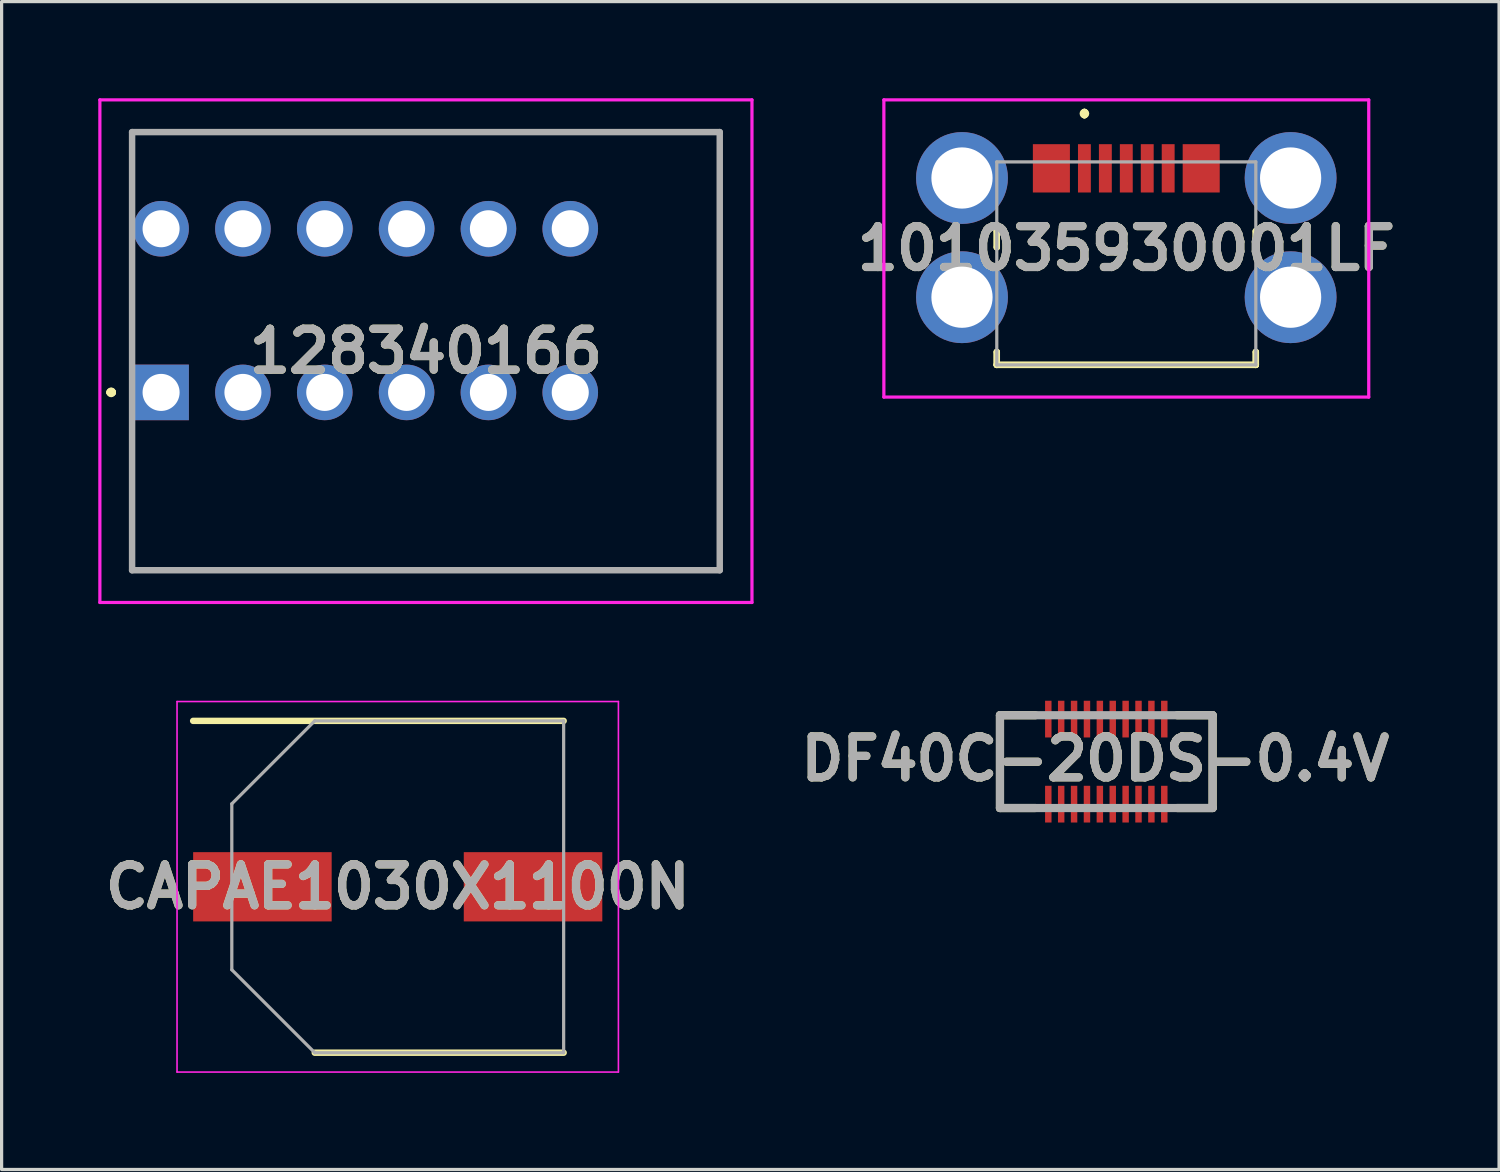
<source format=kicad_pcb>
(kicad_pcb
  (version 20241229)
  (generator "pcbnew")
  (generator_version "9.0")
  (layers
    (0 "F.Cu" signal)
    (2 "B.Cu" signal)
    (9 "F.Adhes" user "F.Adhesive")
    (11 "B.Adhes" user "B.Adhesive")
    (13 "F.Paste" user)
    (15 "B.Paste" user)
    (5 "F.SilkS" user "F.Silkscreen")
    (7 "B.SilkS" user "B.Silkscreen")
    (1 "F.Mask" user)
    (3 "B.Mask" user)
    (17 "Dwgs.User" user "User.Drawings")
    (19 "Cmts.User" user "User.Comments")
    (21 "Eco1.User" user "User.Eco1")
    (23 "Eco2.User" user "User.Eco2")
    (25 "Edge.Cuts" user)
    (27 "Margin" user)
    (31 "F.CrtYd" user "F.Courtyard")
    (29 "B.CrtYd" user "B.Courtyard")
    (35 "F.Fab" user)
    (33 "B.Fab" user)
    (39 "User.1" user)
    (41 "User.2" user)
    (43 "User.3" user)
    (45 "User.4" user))
  (footprint "CAPAE1030X1100N"
    (layer "F.Cu")
    (at 9.295 24.475)
    (property "Reference" "CAPAE1030X1100N" (at 0 0 0) (layer "F.SilkS") (effects (font (size 1.27 1.27) (thickness 0.254))))
    (attr smd)
    (fp_line (start -6.35 -5.15) (end 5.15 -5.15) (stroke (width 0.2) (type solid)) (layer "F.SilkS"))
    (fp_line (start -2.575 5.15) (end 5.15 5.15) (stroke (width 0.2) (type solid)) (layer "F.SilkS"))
    (fp_line (start -6.85 -5.75) (end 6.85 -5.75) (stroke (width 0.05) (type solid)) (layer "F.CrtYd"))
    (fp_line (start -6.85 5.75) (end -6.85 -5.75) (stroke (width 0.05) (type solid)) (layer "F.CrtYd"))
    (fp_line (start 6.85 -5.75) (end 6.85 5.75) (stroke (width 0.05) (type solid)) (layer "F.CrtYd"))
    (fp_line (start 6.85 5.75) (end -6.85 5.75) (stroke (width 0.05) (type solid)) (layer "F.CrtYd"))
    (fp_line (start -5.15 -2.575) (end -5.15 2.575) (stroke (width 0.1) (type solid)) (layer "F.Fab"))
    (fp_line (start -5.15 2.575) (end -2.575 5.15) (stroke (width 0.1) (type solid)) (layer "F.Fab"))
    (fp_line (start -2.575 -5.15) (end -5.15 -2.575) (stroke (width 0.1) (type solid)) (layer "F.Fab"))
    (fp_line (start -2.575 5.15) (end 5.15 5.15) (stroke (width 0.1) (type solid)) (layer "F.Fab"))
    (fp_line (start 5.15 -5.15) (end -2.575 -5.15) (stroke (width 0.1) (type solid)) (layer "F.Fab"))
    (fp_line (start 5.15 5.15) (end 5.15 -5.15) (stroke (width 0.1) (type solid)) (layer "F.Fab"))
    (fp_text user "${REFERENCE}" (at 0 0 0) (layer "F.Fab") (effects (font (size 1.27 1.27) (thickness 0.254))))
    (pad "1" smd rect (at -4.2 0 90) (size 2.15 4.3) (layers "F.Cu" "F.Mask" "F.Paste"))
    (pad "2" smd rect (at 4.2 0 90) (size 2.15 4.3) (layers "F.Cu" "F.Mask" "F.Paste")))
  (footprint "DF40C-20DS-0.4V"
    (layer "F.Cu")
    (at 31.288 20.59)
    (property "Reference" "DF40C-20DS-0.4V" (at -0.342 -0.087 0) (layer "F.SilkS") (effects (font (size 1.27 1.27) (thickness 0.254))))
    (attr smd)
    (fp_line (start -3.3 -1.44) (end -2.2 -1.44) (stroke (width 0.254) (type solid)) (layer "F.SilkS"))
    (fp_line (start -3.3 1.44) (end -3.3 -1.44) (stroke (width 0.254) (type solid)) (layer "F.SilkS"))
    (fp_line (start -3.3 1.44) (end -2.2 1.44) (stroke (width 0.254) (type solid)) (layer "F.SilkS"))
    (fp_line (start 3.3 -1.44) (end 2.2 -1.44) (stroke (width 0.254) (type solid)) (layer "F.SilkS"))
    (fp_line (start 3.3 -1.44) (end 3.3 1.44) (stroke (width 0.254) (type solid)) (layer "F.SilkS"))
    (fp_line (start 3.3 1.44) (end 2.2 1.44) (stroke (width 0.254) (type solid)) (layer "F.SilkS"))
    (fp_line (start -3.3 -1.44) (end 3.3 -1.44) (stroke (width 0.254) (type solid)) (layer "F.Fab"))
    (fp_line (start -3.3 1.44) (end -3.3 -1.44) (stroke (width 0.254) (type solid)) (layer "F.Fab"))
    (fp_line (start 3.3 -1.44) (end 3.3 1.44) (stroke (width 0.254) (type solid)) (layer "F.Fab"))
    (fp_line (start 3.3 1.44) (end -3.3 1.44) (stroke (width 0.254) (type solid)) (layer "F.Fab"))
    (fp_text user "${REFERENCE}" (at -0.342 -0.087 0) (layer "F.Fab") (effects (font (size 1.27 1.27) (thickness 0.254))))
    (pad "1" smd rect (at -1.8 1.32) (size 0.2 1.14) (layers "F.Cu" "F.Mask" "F.Paste"))
    (pad "2" smd rect (at -1.8 -1.32) (size 0.2 1.14) (layers "F.Cu" "F.Mask" "F.Paste"))
    (pad "3" smd rect (at -1.4 1.32) (size 0.2 1.14) (layers "F.Cu" "F.Mask" "F.Paste"))
    (pad "4" smd rect (at -1.4 -1.32) (size 0.2 1.14) (layers "F.Cu" "F.Mask" "F.Paste"))
    (pad "5" smd rect (at -1 1.32) (size 0.2 1.14) (layers "F.Cu" "F.Mask" "F.Paste"))
    (pad "6" smd rect (at -1 -1.32) (size 0.2 1.14) (layers "F.Cu" "F.Mask" "F.Paste"))
    (pad "7" smd rect (at -0.6 1.32) (size 0.2 1.14) (layers "F.Cu" "F.Mask" "F.Paste"))
    (pad "8" smd rect (at -0.6 -1.32) (size 0.2 1.14) (layers "F.Cu" "F.Mask" "F.Paste"))
    (pad "9" smd rect (at -0.2 1.32) (size 0.2 1.14) (layers "F.Cu" "F.Mask" "F.Paste"))
    (pad "10" smd rect (at -0.2 -1.32) (size 0.2 1.14) (layers "F.Cu" "F.Mask" "F.Paste"))
    (pad "11" smd rect (at 0.2 1.32) (size 0.2 1.14) (layers "F.Cu" "F.Mask" "F.Paste"))
    (pad "12" smd rect (at 0.2 -1.32) (size 0.2 1.14) (layers "F.Cu" "F.Mask" "F.Paste"))
    (pad "13" smd rect (at 0.6 1.32) (size 0.2 1.14) (layers "F.Cu" "F.Mask" "F.Paste"))
    (pad "14" smd rect (at 0.6 -1.32) (size 0.2 1.14) (layers "F.Cu" "F.Mask" "F.Paste"))
    (pad "15" smd rect (at 1 1.32) (size 0.2 1.14) (layers "F.Cu" "F.Mask" "F.Paste"))
    (pad "16" smd rect (at 1 -1.32) (size 0.2 1.14) (layers "F.Cu" "F.Mask" "F.Paste"))
    (pad "17" smd rect (at 1.4 1.32) (size 0.2 1.14) (layers "F.Cu" "F.Mask" "F.Paste"))
    (pad "18" smd rect (at 1.4 -1.32) (size 0.2 1.14) (layers "F.Cu" "F.Mask" "F.Paste"))
    (pad "19" smd rect (at 1.8 1.32) (size 0.2 1.14) (layers "F.Cu" "F.Mask" "F.Paste"))
    (pad "20" smd rect (at 1.8 -1.32) (size 0.2 1.14) (layers "F.Cu" "F.Mask" "F.Paste")))
  (footprint "128340166"
    (layer "F.Cu")
    (at 1.95 9.13)
    (property "Reference" "128340166" (at 8.22 -1.28 0) (layer "F.SilkS") (effects (font (size 1.27 1.27) (thickness 0.254))))
    (attr through_hole)
    (fp_line (start -1.6 0) (end -1.6 0) (stroke (width 0.2) (type solid)) (layer "F.SilkS"))
    (fp_line (start -1.5 0) (end -1.5 0) (stroke (width 0.2) (type solid)) (layer "F.SilkS"))
    (fp_line (start -1.5 0) (end -1.5 0) (stroke (width 0.2) (type solid)) (layer "F.SilkS"))
    (fp_line (start -0.9 -8.08) (end -0.9 -8.08) (stroke (width 0.1) (type solid)) (layer "F.SilkS"))
    (fp_line (start -0.9 -8.08) (end -0.9 -8.08) (stroke (width 0.1) (type solid)) (layer "F.SilkS"))
    (fp_line (start -0.9 -8.08) (end -0.9 -6.25) (stroke (width 0.1) (type solid)) (layer "F.SilkS"))
    (fp_line (start -0.9 -8.08) (end 17.34 -8.08) (stroke (width 0.1) (type solid)) (layer "F.SilkS"))
    (fp_line (start -0.9 -6.25) (end -0.9 -8.08) (stroke (width 0.1) (type solid)) (layer "F.SilkS"))
    (fp_line (start -0.9 -6.25) (end -0.9 -6.25) (stroke (width 0.1) (type solid)) (layer "F.SilkS"))
    (fp_line (start -0.9 -4) (end -0.9 -4) (stroke (width 0.1) (type solid)) (layer "F.SilkS"))
    (fp_line (start -0.9 -4) (end -0.9 -1.25) (stroke (width 0.1) (type solid)) (layer "F.SilkS"))
    (fp_line (start -0.9 -1.25) (end -0.9 -4) (stroke (width 0.1) (type solid)) (layer "F.SilkS"))
    (fp_line (start -0.9 -1.25) (end -0.9 -1.25) (stroke (width 0.1) (type solid)) (layer "F.SilkS"))
    (fp_line (start -0.9 1.25) (end -0.9 1.25) (stroke (width 0.1) (type solid)) (layer "F.SilkS"))
    (fp_line (start -0.9 1.25) (end -0.9 5.52) (stroke (width 0.1) (type solid)) (layer "F.SilkS"))
    (fp_line (start -0.9 5.52) (end -0.9 1.25) (stroke (width 0.1) (type solid)) (layer "F.SilkS"))
    (fp_line (start -0.9 5.52) (end -0.9 5.52) (stroke (width 0.1) (type solid)) (layer "F.SilkS"))
    (fp_line (start -0.9 5.52) (end -0.9 5.52) (stroke (width 0.1) (type solid)) (layer "F.SilkS"))
    (fp_line (start -0.9 5.52) (end 17.34 5.52) (stroke (width 0.1) (type solid)) (layer "F.SilkS"))
    (fp_line (start 17.34 -8.08) (end -0.9 -8.08) (stroke (width 0.1) (type solid)) (layer "F.SilkS"))
    (fp_line (start 17.34 -8.08) (end 17.34 -8.08) (stroke (width 0.1) (type solid)) (layer "F.SilkS"))
    (fp_line (start 17.34 -8.08) (end 17.34 -8.08) (stroke (width 0.1) (type solid)) (layer "F.SilkS"))
    (fp_line (start 17.34 -8.08) (end 17.34 5.52) (stroke (width 0.1) (type solid)) (layer "F.SilkS"))
    (fp_line (start 17.34 5.52) (end -0.9 5.52) (stroke (width 0.1) (type solid)) (layer "F.SilkS"))
    (fp_line (start 17.34 5.52) (end 17.34 -8.08) (stroke (width 0.1) (type solid)) (layer "F.SilkS"))
    (fp_line (start 17.34 5.52) (end 17.34 5.52) (stroke (width 0.1) (type solid)) (layer "F.SilkS"))
    (fp_line (start 17.34 5.52) (end 17.34 5.52) (stroke (width 0.1) (type solid)) (layer "F.SilkS"))
    (fp_arc (start -1.6 0) (mid -1.55 -0.05) (end -1.5 0) (stroke (width 0.2) (type solid)) (layer "F.SilkS"))
    (fp_arc (start -1.6 0) (mid -1.55 -0.05) (end -1.5 0) (stroke (width 0.2) (type solid)) (layer "F.SilkS"))
    (fp_arc (start -1.5 0) (mid -1.55 0.05) (end -1.6 0) (stroke (width 0.2) (type solid)) (layer "F.SilkS"))
    (fp_line (start -1.9 -9.08) (end 18.34 -9.08) (stroke (width 0.1) (type solid)) (layer "F.CrtYd"))
    (fp_line (start -1.9 6.52) (end -1.9 -9.08) (stroke (width 0.1) (type solid)) (layer "F.CrtYd"))
    (fp_line (start 18.34 -9.08) (end 18.34 6.52) (stroke (width 0.1) (type solid)) (layer "F.CrtYd"))
    (fp_line (start 18.34 6.52) (end -1.9 6.52) (stroke (width 0.1) (type solid)) (layer "F.CrtYd"))
    (fp_line (start -0.9 -8.08) (end 17.34 -8.08) (stroke (width 0.2) (type solid)) (layer "F.Fab"))
    (fp_line (start -0.9 5.52) (end -0.9 -8.08) (stroke (width 0.2) (type solid)) (layer "F.Fab"))
    (fp_line (start 17.34 -8.08) (end 17.34 5.52) (stroke (width 0.2) (type solid)) (layer "F.Fab"))
    (fp_line (start 17.34 5.52) (end -0.9 5.52) (stroke (width 0.2) (type solid)) (layer "F.Fab"))
    (fp_text user "${REFERENCE}" (at 8.22 -1.28 0) (layer "F.Fab") (effects (font (size 1.27 1.27) (thickness 0.254))))
    (pad "1" thru_hole rect (at 0 0) (size 1.725 1.725) (drill 1.15) (layers "*.Cu" "*.Mask"))
    (pad "2" thru_hole circle (at 0 -5.08) (size 1.725 1.725) (drill 1.15) (layers "*.Cu" "*.Mask"))
    (pad "3" thru_hole circle (at 2.54 0) (size 1.725 1.725) (drill 1.15) (layers "*.Cu" "*.Mask"))
    (pad "4" thru_hole circle (at 2.54 -5.08) (size 1.725 1.725) (drill 1.15) (layers "*.Cu" "*.Mask"))
    (pad "5" thru_hole circle (at 5.08 0) (size 1.725 1.725) (drill 1.15) (layers "*.Cu" "*.Mask"))
    (pad "6" thru_hole circle (at 5.08 -5.08) (size 1.725 1.725) (drill 1.15) (layers "*.Cu" "*.Mask"))
    (pad "7" thru_hole circle (at 7.62 0) (size 1.725 1.725) (drill 1.15) (layers "*.Cu" "*.Mask"))
    (pad "8" thru_hole circle (at 7.62 -5.08) (size 1.725 1.725) (drill 1.15) (layers "*.Cu" "*.Mask"))
    (pad "9" thru_hole circle (at 10.16 0) (size 1.725 1.725) (drill 1.15) (layers "*.Cu" "*.Mask"))
    (pad "10" thru_hole circle (at 10.16 -5.08) (size 1.725 1.725) (drill 1.15) (layers "*.Cu" "*.Mask"))
    (pad "11" thru_hole circle (at 12.7 0) (size 1.725 1.725) (drill 1.15) (layers "*.Cu" "*.Mask"))
    (pad "12" thru_hole circle (at 12.7 -5.08) (size 1.725 1.725) (drill 1.15) (layers "*.Cu" "*.Mask")))
  (footprint "101035930001LF"
    (layer "F.Cu")
    (at 31.909 5.125)
    (property "Reference" "101035930001LF" (at 0 -0.462 0) (layer "F.SilkS") (effects (font (size 1.27 1.27) (thickness 0.254))))
    (attr through_hole)
    (fp_line (start -4.02 -1) (end -4.02 -1) (stroke (width 0.2) (type solid)) (layer "F.SilkS"))
    (fp_line (start -4.02 -1) (end -4.02 -0.5) (stroke (width 0.2) (type solid)) (layer "F.SilkS"))
    (fp_line (start -4.02 -0.5) (end -4.02 -1) (stroke (width 0.2) (type solid)) (layer "F.SilkS"))
    (fp_line (start -4.02 -0.5) (end -4.02 -0.5) (stroke (width 0.2) (type solid)) (layer "F.SilkS"))
    (fp_line (start -4.02 2.75) (end -4.02 2.75) (stroke (width 0.2) (type solid)) (layer "F.SilkS"))
    (fp_line (start -4.02 2.75) (end -4.02 3.15) (stroke (width 0.2) (type solid)) (layer "F.SilkS"))
    (fp_line (start -4.02 3.15) (end -4.02 2.75) (stroke (width 0.2) (type solid)) (layer "F.SilkS"))
    (fp_line (start -4.02 3.15) (end -4.02 3.15) (stroke (width 0.2) (type solid)) (layer "F.SilkS"))
    (fp_line (start -4.02 3.15) (end -4.02 3.15) (stroke (width 0.2) (type solid)) (layer "F.SilkS"))
    (fp_line (start -4.02 3.15) (end 4.02 3.15) (stroke (width 0.2) (type solid)) (layer "F.SilkS"))
    (fp_line (start -1.3 -4.7) (end -1.3 -4.7) (stroke (width 0.2) (type solid)) (layer "F.SilkS"))
    (fp_line (start -1.3 -4.7) (end -1.3 -4.6) (stroke (width 0.2) (type solid)) (layer "F.SilkS"))
    (fp_line (start -1.3 -4.6) (end -1.3 -4.6) (stroke (width 0.2) (type solid)) (layer "F.SilkS"))
    (fp_line (start 4.02 -1) (end 4.02 -1) (stroke (width 0.2) (type solid)) (layer "F.SilkS"))
    (fp_line (start 4.02 -1) (end 4.02 -0.5) (stroke (width 0.2) (type solid)) (layer "F.SilkS"))
    (fp_line (start 4.02 -0.5) (end 4.02 -1) (stroke (width 0.2) (type solid)) (layer "F.SilkS"))
    (fp_line (start 4.02 -0.5) (end 4.02 -0.5) (stroke (width 0.2) (type solid)) (layer "F.SilkS"))
    (fp_line (start 4.02 2.75) (end 4.02 2.75) (stroke (width 0.2) (type solid)) (layer "F.SilkS"))
    (fp_line (start 4.02 2.75) (end 4.02 3.15) (stroke (width 0.2) (type solid)) (layer "F.SilkS"))
    (fp_line (start 4.02 3.15) (end -4.02 3.15) (stroke (width 0.2) (type solid)) (layer "F.SilkS"))
    (fp_line (start 4.02 3.15) (end 4.02 2.75) (stroke (width 0.2) (type solid)) (layer "F.SilkS"))
    (fp_line (start 4.02 3.15) (end 4.02 3.15) (stroke (width 0.2) (type solid)) (layer "F.SilkS"))
    (fp_line (start 4.02 3.15) (end 4.02 3.15) (stroke (width 0.2) (type solid)) (layer "F.SilkS"))
    (fp_arc (start -1.3 -4.7) (mid -1.25 -4.65) (end -1.3 -4.6) (stroke (width 0.2) (type solid)) (layer "F.SilkS"))
    (fp_arc (start -1.3 -4.6) (mid -1.35 -4.65) (end -1.3 -4.7) (stroke (width 0.2) (type solid)) (layer "F.SilkS"))
    (fp_line (start -7.525 -5.075) (end 7.525 -5.075) (stroke (width 0.1) (type solid)) (layer "F.CrtYd"))
    (fp_line (start -7.525 4.15) (end -7.525 -5.075) (stroke (width 0.1) (type solid)) (layer "F.CrtYd"))
    (fp_line (start 7.525 -5.075) (end 7.525 4.15) (stroke (width 0.1) (type solid)) (layer "F.CrtYd"))
    (fp_line (start 7.525 4.15) (end -7.525 4.15) (stroke (width 0.1) (type solid)) (layer "F.CrtYd"))
    (fp_line (start -4.02 -3.15) (end -4.02 3.15) (stroke (width 0.1) (type solid)) (layer "F.Fab"))
    (fp_line (start -4.02 3.15) (end 4.02 3.15) (stroke (width 0.1) (type solid)) (layer "F.Fab"))
    (fp_line (start 4.02 -3.15) (end -4.02 -3.15) (stroke (width 0.1) (type solid)) (layer "F.Fab"))
    (fp_line (start 4.02 3.15) (end 4.02 -3.15) (stroke (width 0.1) (type solid)) (layer "F.Fab"))
    (fp_text user "${REFERENCE}" (at 0 -0.462 0) (layer "F.Fab") (effects (font (size 1.27 1.27) (thickness 0.254))))
    (pad "1" smd rect (at -1.3 -2.95) (size 0.4 1.5) (layers "F.Cu" "F.Mask" "F.Paste"))
    (pad "2" smd rect (at -0.65 -2.95) (size 0.4 1.5) (layers "F.Cu" "F.Mask" "F.Paste"))
    (pad "3" smd rect (at 0 -2.95) (size 0.4 1.5) (layers "F.Cu" "F.Mask" "F.Paste"))
    (pad "4" smd rect (at 0.65 -2.95) (size 0.4 1.5) (layers "F.Cu" "F.Mask" "F.Paste"))
    (pad "5" smd rect (at 1.3 -2.95) (size 0.4 1.5) (layers "F.Cu" "F.Mask" "F.Paste"))
    (pad "MH1" thru_hole circle (at -5.1 -2.65) (size 2.85 2.85) (drill 1.9) (layers "*.Cu" "*.Mask"))
    (pad "MH2" thru_hole circle (at 5.1 -2.65) (size 2.85 2.85) (drill 1.9) (layers "*.Cu" "*.Mask"))
    (pad "MH3" thru_hole circle (at 5.1 1.05) (size 2.85 2.85) (drill 1.9) (layers "*.Cu" "*.Mask"))
    (pad "MH4" thru_hole circle (at -5.1 1.05) (size 2.85 2.85) (drill 1.9) (layers "*.Cu" "*.Mask"))
    (pad "MP1" smd rect (at -2.325 -2.95) (size 1.15 1.5) (layers "F.Cu" "F.Mask" "F.Paste"))
    (pad "MP2" smd rect (at 2.325 -2.95) (size 1.15 1.5) (layers "F.Cu" "F.Mask" "F.Paste")))
  (gr_rect
    (start -3 -3)
    (end 43.479 33.25)
    (stroke (width 0.1) (type default))
    (fill no)
    (layer "Edge.Cuts")))
</source>
